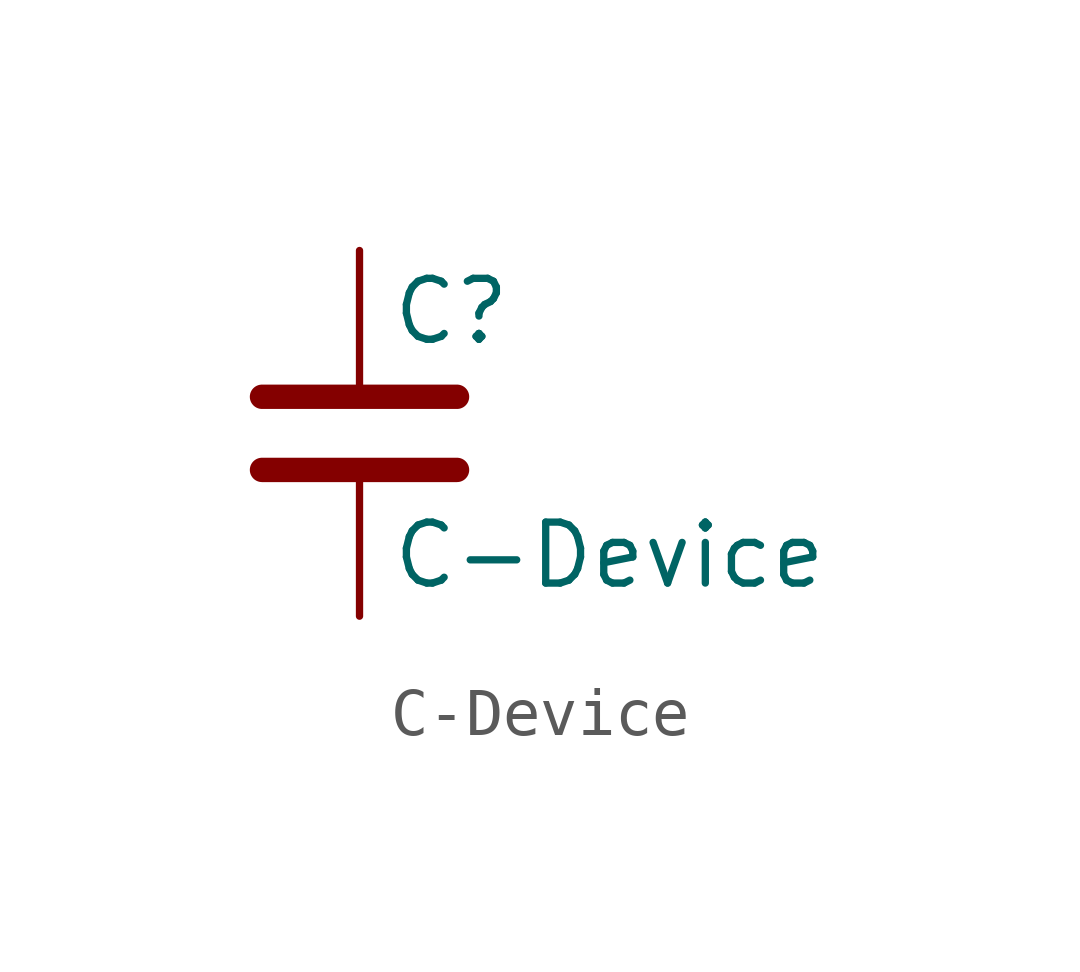
<source format=kicad_sym>
(kicad_symbol_lib
  (version 20220914)
  (generator kicad_symbol_editor)
  (symbol "C-Device"
    (pin_numbers hide)
    (pin_names
      (offset 0.254))
    (property "Reference" "C"
      (at 0.635 2.54 0)
      (effects (font (size 1.27 1.27)) (justify left)))
    (property "Value" "C-Device"
      (at 0.635 -2.54 0)
      (effects (font (size 1.27 1.27)) (justify left)))
    (symbol "C-Device_0_1"
      (polyline (pts (xy -2.032 -0.762) (xy 2.032 -0.762)) (stroke (width 0.508) (type solid)) (fill (type none)))
      (polyline (pts (xy -2.032 0.762) (xy 2.032 0.762)) (stroke (width 0.508) (type solid)) (fill (type none))))
    (symbol "C-Device_1_1"
      (pin passive line (at 0 3.81 270) (length 2.794) (name "~" (effects (font (size 1.27 1.27)))) (number "1" (effects (font (size 1.27 1.27)))))
      (pin passive line (at 0 -3.81 90) (length 2.794) (name "~" (effects (font (size 1.27 1.27)))) (number "2" (effects (font (size 1.27 1.27))))))))
</source>
